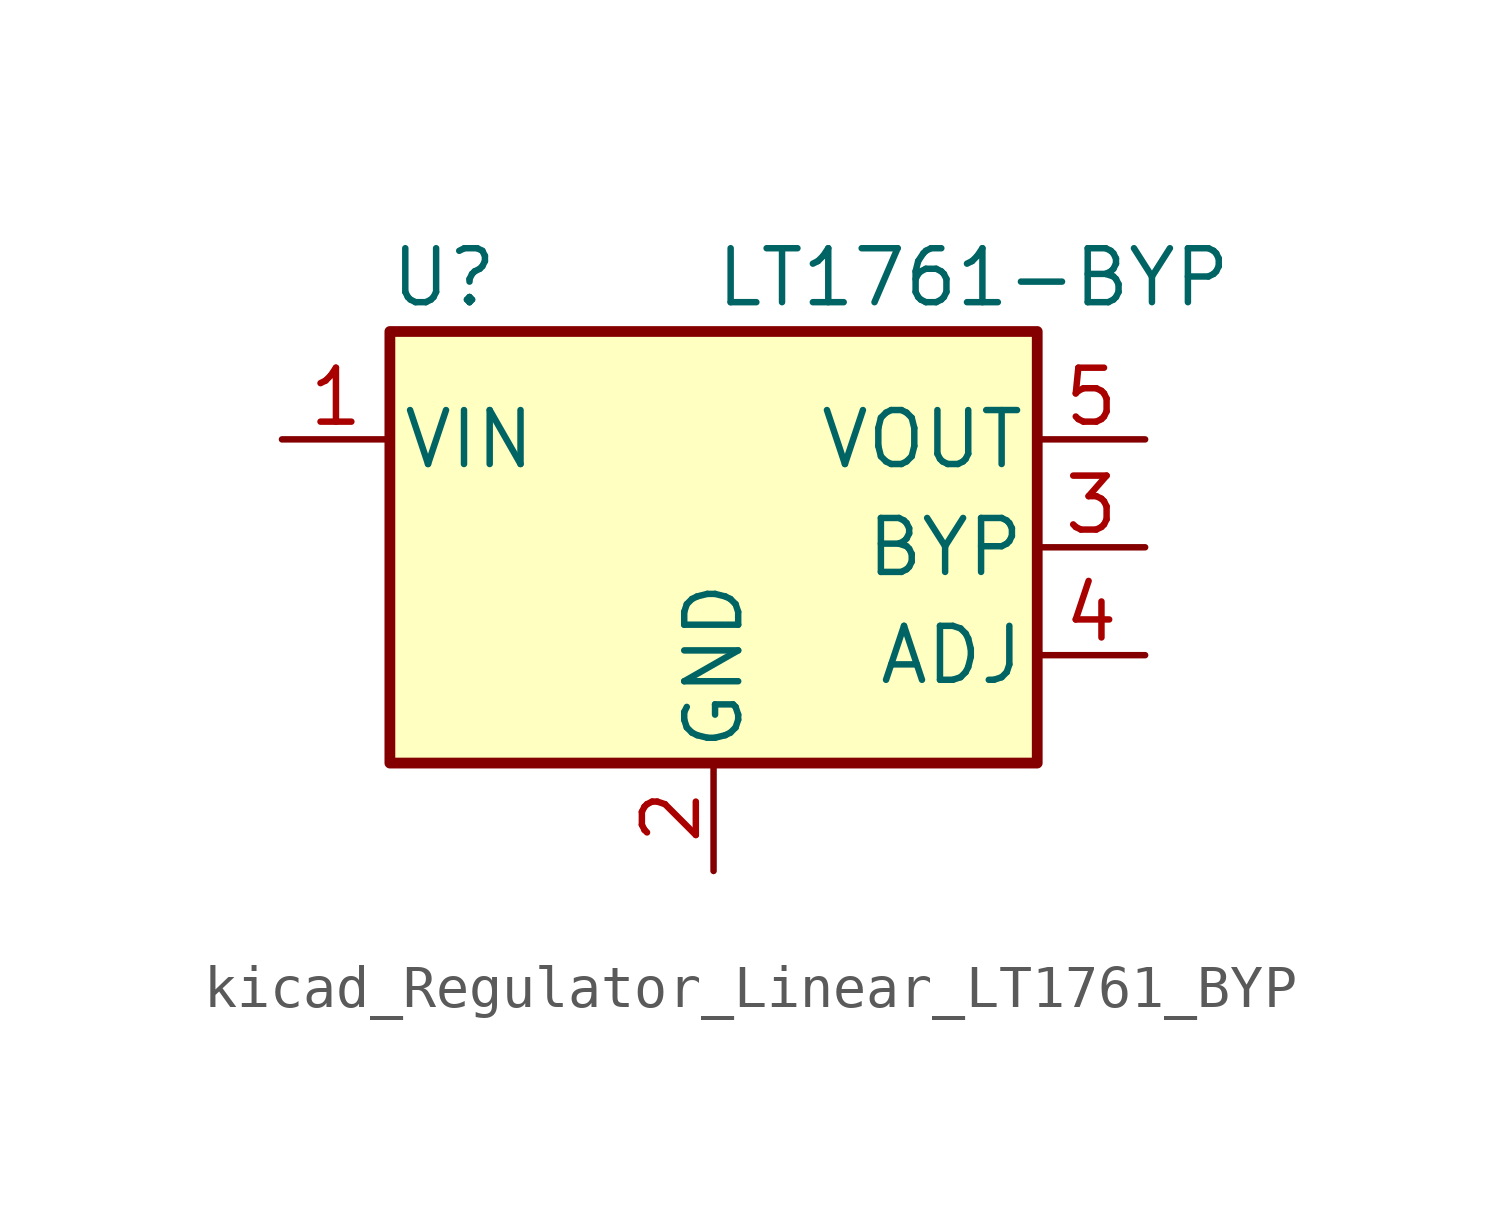
<source format=kicad_sym>
(kicad_symbol_lib
  (version 20220914)
  (generator kicad_symbol_editor)
  (symbol "kicad_Regulator_Linear_LT1761_BYP"
    (pin_names
      (offset 0.254))
    (property "Reference" "U"
      (at -6.35 6.35 0)
      (effects (font (size 1.27 1.27))))
    (property "Value" "LT1761-BYP"
      (at 0 6.35 0)
      (effects (font (size 1.27 1.27)) (justify left)))
    (symbol "kicad_Regulator_Linear_LT1761_BYP_0_1"
      (rectangle (start -7.62 5.08) (end 7.62 -5.08) (stroke (width 0.254) (type default)) (fill (type background))))
    (symbol "kicad_Regulator_Linear_LT1761_BYP_1_1"
      (pin power_in line (at -10.16 2.54 0) (length 2.54) (name "VIN" (effects (font (size 1.27 1.27)))) (number "1" (effects (font (size 1.27 1.27)))))
      (pin power_in line (at 0 -7.62 90) (length 2.54) (name "GND" (effects (font (size 1.27 1.27)))) (number "2" (effects (font (size 1.27 1.27)))))
      (pin passive line (at 10.16 0 180) (length 2.54) (name "BYP" (effects (font (size 1.27 1.27)))) (number "3" (effects (font (size 1.27 1.27)))))
      (pin input line (at 10.16 -2.54 180) (length 2.54) (name "ADJ" (effects (font (size 1.27 1.27)))) (number "4" (effects (font (size 1.27 1.27)))))
      (pin power_out line (at 10.16 2.54 180) (length 2.54) (name "VOUT" (effects (font (size 1.27 1.27)))) (number "5" (effects (font (size 1.27 1.27))))))))
</source>
